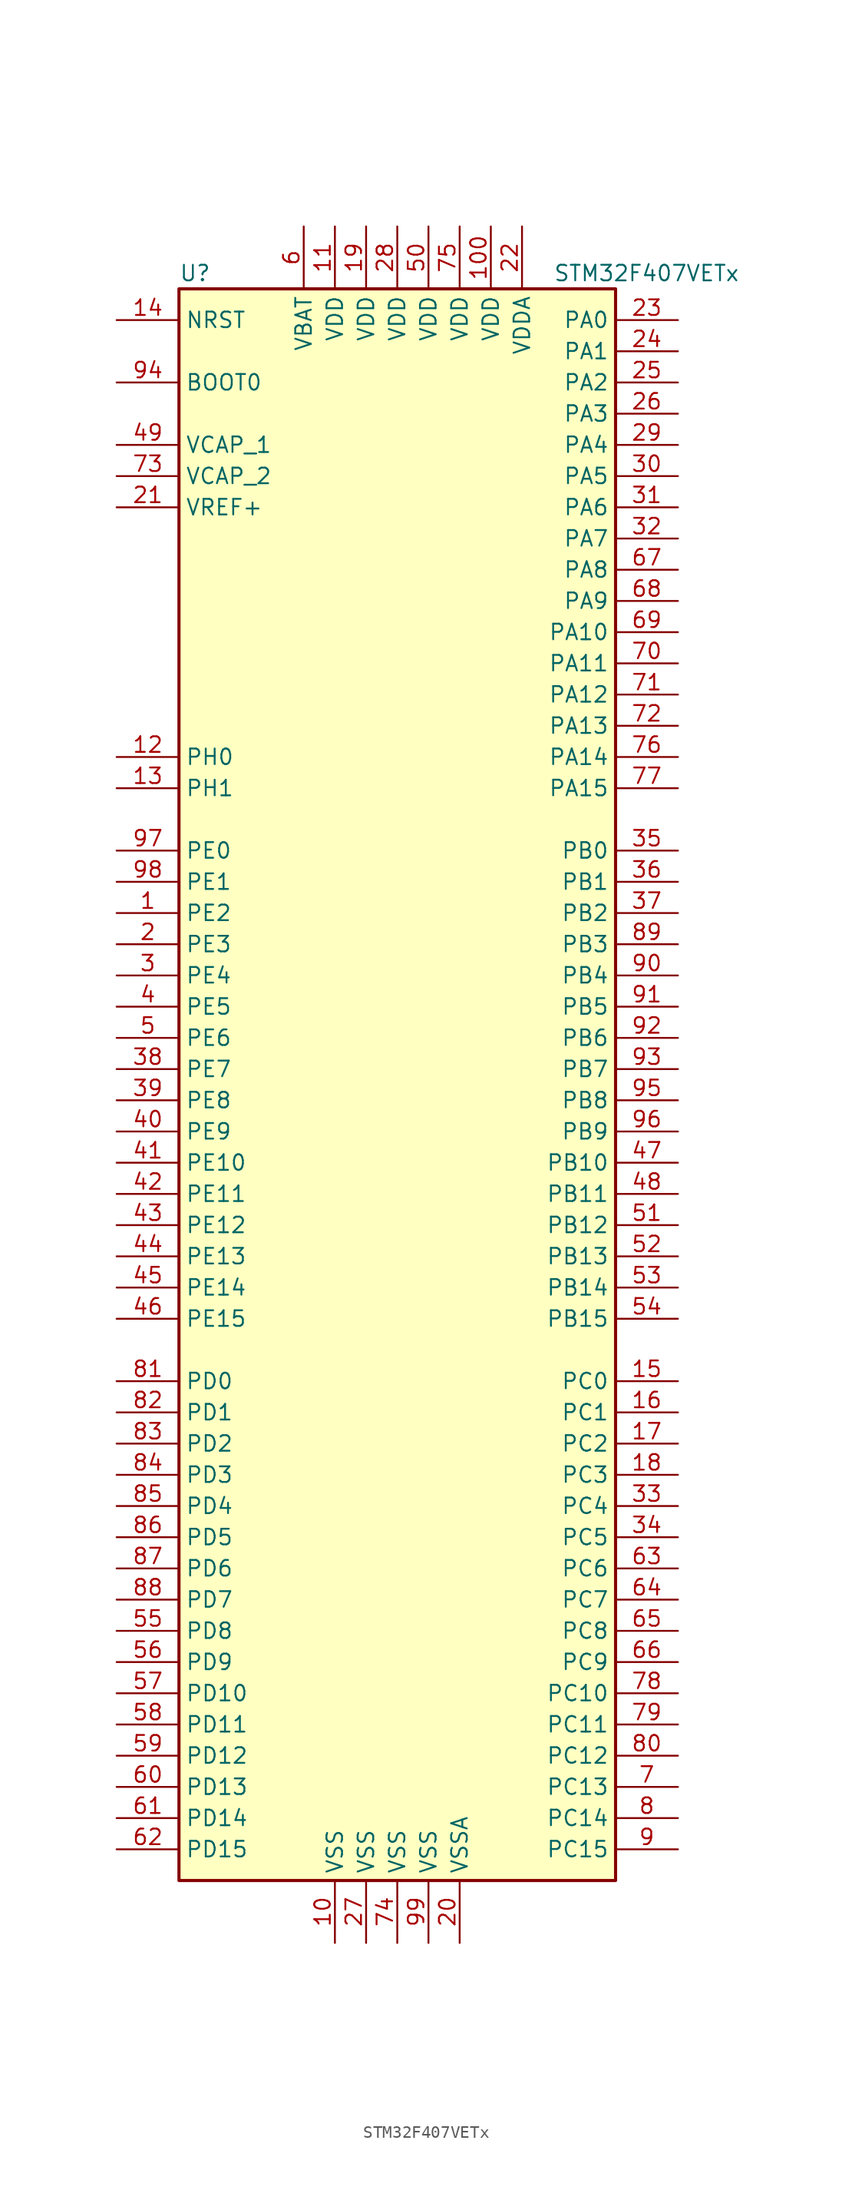
<source format=kicad_sym>
(kicad_symbol_lib
  (version 20201005)
  (generator kicad_symbol_editor)
  (symbol "STM32F407VETx"
    (property "Reference" "U"
      (at -17.78 64.77 0)
      (effects (font (size 1.27 1.27)) (justify left)))
    (property "Value" "STM32F407VETx"
      (at 12.7 64.77 0)
      (effects (font (size 1.27 1.27)) (justify left)))
    (symbol "STM32F407VETx_0_1"
      (rectangle (start -17.78 -66.04) (end 17.78 63.5) (stroke (width 0.254)) (fill (type background))))
    (symbol "STM32F407VETx_1_1"
      (pin bidirectional line (at -22.86 12.7 0) (length 5.08) (name "PE2" (effects (font (size 1.27 1.27)))) (number "1" (effects (font (size 1.27 1.27)))))
      (pin power_in line (at -5.08 -71.12 90) (length 5.08) (name "VSS" (effects (font (size 1.27 1.27)))) (number "10" (effects (font (size 1.27 1.27)))))
      (pin power_in line (at 7.62 68.58 270) (length 5.08) (name "VDD" (effects (font (size 1.27 1.27)))) (number "100" (effects (font (size 1.27 1.27)))))
      (pin power_in line (at -5.08 68.58 270) (length 5.08) (name "VDD" (effects (font (size 1.27 1.27)))) (number "11" (effects (font (size 1.27 1.27)))))
      (pin input line (at -22.86 25.4 0) (length 5.08) (name "PH0" (effects (font (size 1.27 1.27)))) (number "12" (effects (font (size 1.27 1.27)))))
      (pin input line (at -22.86 22.86 0) (length 5.08) (name "PH1" (effects (font (size 1.27 1.27)))) (number "13" (effects (font (size 1.27 1.27)))))
      (pin input line (at -22.86 60.96 0) (length 5.08) (name "NRST" (effects (font (size 1.27 1.27)))) (number "14" (effects (font (size 1.27 1.27)))))
      (pin bidirectional line (at 22.86 -25.4 180) (length 5.08) (name "PC0" (effects (font (size 1.27 1.27)))) (number "15" (effects (font (size 1.27 1.27)))))
      (pin bidirectional line (at 22.86 -27.94 180) (length 5.08) (name "PC1" (effects (font (size 1.27 1.27)))) (number "16" (effects (font (size 1.27 1.27)))))
      (pin bidirectional line (at 22.86 -30.48 180) (length 5.08) (name "PC2" (effects (font (size 1.27 1.27)))) (number "17" (effects (font (size 1.27 1.27)))))
      (pin bidirectional line (at 22.86 -33.02 180) (length 5.08) (name "PC3" (effects (font (size 1.27 1.27)))) (number "18" (effects (font (size 1.27 1.27)))))
      (pin power_in line (at -2.54 68.58 270) (length 5.08) (name "VDD" (effects (font (size 1.27 1.27)))) (number "19" (effects (font (size 1.27 1.27)))))
      (pin bidirectional line (at -22.86 10.16 0) (length 5.08) (name "PE3" (effects (font (size 1.27 1.27)))) (number "2" (effects (font (size 1.27 1.27)))))
      (pin power_in line (at 5.08 -71.12 90) (length 5.08) (name "VSSA" (effects (font (size 1.27 1.27)))) (number "20" (effects (font (size 1.27 1.27)))))
      (pin power_in line (at -22.86 45.72 0) (length 5.08) (name "VREF+" (effects (font (size 1.27 1.27)))) (number "21" (effects (font (size 1.27 1.27)))))
      (pin power_in line (at 10.16 68.58 270) (length 5.08) (name "VDDA" (effects (font (size 1.27 1.27)))) (number "22" (effects (font (size 1.27 1.27)))))
      (pin bidirectional line (at 22.86 60.96 180) (length 5.08) (name "PA0" (effects (font (size 1.27 1.27)))) (number "23" (effects (font (size 1.27 1.27)))))
      (pin bidirectional line (at 22.86 58.42 180) (length 5.08) (name "PA1" (effects (font (size 1.27 1.27)))) (number "24" (effects (font (size 1.27 1.27)))))
      (pin bidirectional line (at 22.86 55.88 180) (length 5.08) (name "PA2" (effects (font (size 1.27 1.27)))) (number "25" (effects (font (size 1.27 1.27)))))
      (pin bidirectional line (at 22.86 53.34 180) (length 5.08) (name "PA3" (effects (font (size 1.27 1.27)))) (number "26" (effects (font (size 1.27 1.27)))))
      (pin power_in line (at -2.54 -71.12 90) (length 5.08) (name "VSS" (effects (font (size 1.27 1.27)))) (number "27" (effects (font (size 1.27 1.27)))))
      (pin power_in line (at 0 68.58 270) (length 5.08) (name "VDD" (effects (font (size 1.27 1.27)))) (number "28" (effects (font (size 1.27 1.27)))))
      (pin bidirectional line (at 22.86 50.8 180) (length 5.08) (name "PA4" (effects (font (size 1.27 1.27)))) (number "29" (effects (font (size 1.27 1.27)))))
      (pin bidirectional line (at -22.86 7.62 0) (length 5.08) (name "PE4" (effects (font (size 1.27 1.27)))) (number "3" (effects (font (size 1.27 1.27)))))
      (pin bidirectional line (at 22.86 48.26 180) (length 5.08) (name "PA5" (effects (font (size 1.27 1.27)))) (number "30" (effects (font (size 1.27 1.27)))))
      (pin bidirectional line (at 22.86 45.72 180) (length 5.08) (name "PA6" (effects (font (size 1.27 1.27)))) (number "31" (effects (font (size 1.27 1.27)))))
      (pin bidirectional line (at 22.86 43.18 180) (length 5.08) (name "PA7" (effects (font (size 1.27 1.27)))) (number "32" (effects (font (size 1.27 1.27)))))
      (pin bidirectional line (at 22.86 -35.56 180) (length 5.08) (name "PC4" (effects (font (size 1.27 1.27)))) (number "33" (effects (font (size 1.27 1.27)))))
      (pin bidirectional line (at 22.86 -38.1 180) (length 5.08) (name "PC5" (effects (font (size 1.27 1.27)))) (number "34" (effects (font (size 1.27 1.27)))))
      (pin bidirectional line (at 22.86 17.78 180) (length 5.08) (name "PB0" (effects (font (size 1.27 1.27)))) (number "35" (effects (font (size 1.27 1.27)))))
      (pin bidirectional line (at 22.86 15.24 180) (length 5.08) (name "PB1" (effects (font (size 1.27 1.27)))) (number "36" (effects (font (size 1.27 1.27)))))
      (pin bidirectional line (at 22.86 12.7 180) (length 5.08) (name "PB2" (effects (font (size 1.27 1.27)))) (number "37" (effects (font (size 1.27 1.27)))))
      (pin bidirectional line (at -22.86 0 0) (length 5.08) (name "PE7" (effects (font (size 1.27 1.27)))) (number "38" (effects (font (size 1.27 1.27)))))
      (pin bidirectional line (at -22.86 -2.54 0) (length 5.08) (name "PE8" (effects (font (size 1.27 1.27)))) (number "39" (effects (font (size 1.27 1.27)))))
      (pin bidirectional line (at -22.86 5.08 0) (length 5.08) (name "PE5" (effects (font (size 1.27 1.27)))) (number "4" (effects (font (size 1.27 1.27)))))
      (pin bidirectional line (at -22.86 -5.08 0) (length 5.08) (name "PE9" (effects (font (size 1.27 1.27)))) (number "40" (effects (font (size 1.27 1.27)))))
      (pin bidirectional line (at -22.86 -7.62 0) (length 5.08) (name "PE10" (effects (font (size 1.27 1.27)))) (number "41" (effects (font (size 1.27 1.27)))))
      (pin bidirectional line (at -22.86 -10.16 0) (length 5.08) (name "PE11" (effects (font (size 1.27 1.27)))) (number "42" (effects (font (size 1.27 1.27)))))
      (pin bidirectional line (at -22.86 -12.7 0) (length 5.08) (name "PE12" (effects (font (size 1.27 1.27)))) (number "43" (effects (font (size 1.27 1.27)))))
      (pin bidirectional line (at -22.86 -15.24 0) (length 5.08) (name "PE13" (effects (font (size 1.27 1.27)))) (number "44" (effects (font (size 1.27 1.27)))))
      (pin bidirectional line (at -22.86 -17.78 0) (length 5.08) (name "PE14" (effects (font (size 1.27 1.27)))) (number "45" (effects (font (size 1.27 1.27)))))
      (pin bidirectional line (at -22.86 -20.32 0) (length 5.08) (name "PE15" (effects (font (size 1.27 1.27)))) (number "46" (effects (font (size 1.27 1.27)))))
      (pin bidirectional line (at 22.86 -7.62 180) (length 5.08) (name "PB10" (effects (font (size 1.27 1.27)))) (number "47" (effects (font (size 1.27 1.27)))))
      (pin bidirectional line (at 22.86 -10.16 180) (length 5.08) (name "PB11" (effects (font (size 1.27 1.27)))) (number "48" (effects (font (size 1.27 1.27)))))
      (pin power_in line (at -22.86 50.8 0) (length 5.08) (name "VCAP_1" (effects (font (size 1.27 1.27)))) (number "49" (effects (font (size 1.27 1.27)))))
      (pin bidirectional line (at -22.86 2.54 0) (length 5.08) (name "PE6" (effects (font (size 1.27 1.27)))) (number "5" (effects (font (size 1.27 1.27)))))
      (pin power_in line (at 2.54 68.58 270) (length 5.08) (name "VDD" (effects (font (size 1.27 1.27)))) (number "50" (effects (font (size 1.27 1.27)))))
      (pin bidirectional line (at 22.86 -12.7 180) (length 5.08) (name "PB12" (effects (font (size 1.27 1.27)))) (number "51" (effects (font (size 1.27 1.27)))))
      (pin bidirectional line (at 22.86 -15.24 180) (length 5.08) (name "PB13" (effects (font (size 1.27 1.27)))) (number "52" (effects (font (size 1.27 1.27)))))
      (pin bidirectional line (at 22.86 -17.78 180) (length 5.08) (name "PB14" (effects (font (size 1.27 1.27)))) (number "53" (effects (font (size 1.27 1.27)))))
      (pin bidirectional line (at 22.86 -20.32 180) (length 5.08) (name "PB15" (effects (font (size 1.27 1.27)))) (number "54" (effects (font (size 1.27 1.27)))))
      (pin bidirectional line (at -22.86 -45.72 0) (length 5.08) (name "PD8" (effects (font (size 1.27 1.27)))) (number "55" (effects (font (size 1.27 1.27)))))
      (pin bidirectional line (at -22.86 -48.26 0) (length 5.08) (name "PD9" (effects (font (size 1.27 1.27)))) (number "56" (effects (font (size 1.27 1.27)))))
      (pin bidirectional line (at -22.86 -50.8 0) (length 5.08) (name "PD10" (effects (font (size 1.27 1.27)))) (number "57" (effects (font (size 1.27 1.27)))))
      (pin bidirectional line (at -22.86 -53.34 0) (length 5.08) (name "PD11" (effects (font (size 1.27 1.27)))) (number "58" (effects (font (size 1.27 1.27)))))
      (pin bidirectional line (at -22.86 -55.88 0) (length 5.08) (name "PD12" (effects (font (size 1.27 1.27)))) (number "59" (effects (font (size 1.27 1.27)))))
      (pin power_in line (at -7.62 68.58 270) (length 5.08) (name "VBAT" (effects (font (size 1.27 1.27)))) (number "6" (effects (font (size 1.27 1.27)))))
      (pin bidirectional line (at -22.86 -58.42 0) (length 5.08) (name "PD13" (effects (font (size 1.27 1.27)))) (number "60" (effects (font (size 1.27 1.27)))))
      (pin bidirectional line (at -22.86 -60.96 0) (length 5.08) (name "PD14" (effects (font (size 1.27 1.27)))) (number "61" (effects (font (size 1.27 1.27)))))
      (pin bidirectional line (at -22.86 -63.5 0) (length 5.08) (name "PD15" (effects (font (size 1.27 1.27)))) (number "62" (effects (font (size 1.27 1.27)))))
      (pin bidirectional line (at 22.86 -40.64 180) (length 5.08) (name "PC6" (effects (font (size 1.27 1.27)))) (number "63" (effects (font (size 1.27 1.27)))))
      (pin bidirectional line (at 22.86 -43.18 180) (length 5.08) (name "PC7" (effects (font (size 1.27 1.27)))) (number "64" (effects (font (size 1.27 1.27)))))
      (pin bidirectional line (at 22.86 -45.72 180) (length 5.08) (name "PC8" (effects (font (size 1.27 1.27)))) (number "65" (effects (font (size 1.27 1.27)))))
      (pin bidirectional line (at 22.86 -48.26 180) (length 5.08) (name "PC9" (effects (font (size 1.27 1.27)))) (number "66" (effects (font (size 1.27 1.27)))))
      (pin bidirectional line (at 22.86 40.64 180) (length 5.08) (name "PA8" (effects (font (size 1.27 1.27)))) (number "67" (effects (font (size 1.27 1.27)))))
      (pin bidirectional line (at 22.86 38.1 180) (length 5.08) (name "PA9" (effects (font (size 1.27 1.27)))) (number "68" (effects (font (size 1.27 1.27)))))
      (pin bidirectional line (at 22.86 35.56 180) (length 5.08) (name "PA10" (effects (font (size 1.27 1.27)))) (number "69" (effects (font (size 1.27 1.27)))))
      (pin bidirectional line (at 22.86 -58.42 180) (length 5.08) (name "PC13" (effects (font (size 1.27 1.27)))) (number "7" (effects (font (size 1.27 1.27)))))
      (pin bidirectional line (at 22.86 33.02 180) (length 5.08) (name "PA11" (effects (font (size 1.27 1.27)))) (number "70" (effects (font (size 1.27 1.27)))))
      (pin bidirectional line (at 22.86 30.48 180) (length 5.08) (name "PA12" (effects (font (size 1.27 1.27)))) (number "71" (effects (font (size 1.27 1.27)))))
      (pin bidirectional line (at 22.86 27.94 180) (length 5.08) (name "PA13" (effects (font (size 1.27 1.27)))) (number "72" (effects (font (size 1.27 1.27)))))
      (pin power_in line (at -22.86 48.26 0) (length 5.08) (name "VCAP_2" (effects (font (size 1.27 1.27)))) (number "73" (effects (font (size 1.27 1.27)))))
      (pin power_in line (at 0 -71.12 90) (length 5.08) (name "VSS" (effects (font (size 1.27 1.27)))) (number "74" (effects (font (size 1.27 1.27)))))
      (pin power_in line (at 5.08 68.58 270) (length 5.08) (name "VDD" (effects (font (size 1.27 1.27)))) (number "75" (effects (font (size 1.27 1.27)))))
      (pin bidirectional line (at 22.86 25.4 180) (length 5.08) (name "PA14" (effects (font (size 1.27 1.27)))) (number "76" (effects (font (size 1.27 1.27)))))
      (pin bidirectional line (at 22.86 22.86 180) (length 5.08) (name "PA15" (effects (font (size 1.27 1.27)))) (number "77" (effects (font (size 1.27 1.27)))))
      (pin bidirectional line (at 22.86 -50.8 180) (length 5.08) (name "PC10" (effects (font (size 1.27 1.27)))) (number "78" (effects (font (size 1.27 1.27)))))
      (pin bidirectional line (at 22.86 -53.34 180) (length 5.08) (name "PC11" (effects (font (size 1.27 1.27)))) (number "79" (effects (font (size 1.27 1.27)))))
      (pin bidirectional line (at 22.86 -60.96 180) (length 5.08) (name "PC14" (effects (font (size 1.27 1.27)))) (number "8" (effects (font (size 1.27 1.27)))))
      (pin bidirectional line (at 22.86 -55.88 180) (length 5.08) (name "PC12" (effects (font (size 1.27 1.27)))) (number "80" (effects (font (size 1.27 1.27)))))
      (pin bidirectional line (at -22.86 -25.4 0) (length 5.08) (name "PD0" (effects (font (size 1.27 1.27)))) (number "81" (effects (font (size 1.27 1.27)))))
      (pin bidirectional line (at -22.86 -27.94 0) (length 5.08) (name "PD1" (effects (font (size 1.27 1.27)))) (number "82" (effects (font (size 1.27 1.27)))))
      (pin bidirectional line (at -22.86 -30.48 0) (length 5.08) (name "PD2" (effects (font (size 1.27 1.27)))) (number "83" (effects (font (size 1.27 1.27)))))
      (pin bidirectional line (at -22.86 -33.02 0) (length 5.08) (name "PD3" (effects (font (size 1.27 1.27)))) (number "84" (effects (font (size 1.27 1.27)))))
      (pin bidirectional line (at -22.86 -35.56 0) (length 5.08) (name "PD4" (effects (font (size 1.27 1.27)))) (number "85" (effects (font (size 1.27 1.27)))))
      (pin bidirectional line (at -22.86 -38.1 0) (length 5.08) (name "PD5" (effects (font (size 1.27 1.27)))) (number "86" (effects (font (size 1.27 1.27)))))
      (pin bidirectional line (at -22.86 -40.64 0) (length 5.08) (name "PD6" (effects (font (size 1.27 1.27)))) (number "87" (effects (font (size 1.27 1.27)))))
      (pin bidirectional line (at -22.86 -43.18 0) (length 5.08) (name "PD7" (effects (font (size 1.27 1.27)))) (number "88" (effects (font (size 1.27 1.27)))))
      (pin bidirectional line (at 22.86 10.16 180) (length 5.08) (name "PB3" (effects (font (size 1.27 1.27)))) (number "89" (effects (font (size 1.27 1.27)))))
      (pin bidirectional line (at 22.86 -63.5 180) (length 5.08) (name "PC15" (effects (font (size 1.27 1.27)))) (number "9" (effects (font (size 1.27 1.27)))))
      (pin bidirectional line (at 22.86 7.62 180) (length 5.08) (name "PB4" (effects (font (size 1.27 1.27)))) (number "90" (effects (font (size 1.27 1.27)))))
      (pin bidirectional line (at 22.86 5.08 180) (length 5.08) (name "PB5" (effects (font (size 1.27 1.27)))) (number "91" (effects (font (size 1.27 1.27)))))
      (pin bidirectional line (at 22.86 2.54 180) (length 5.08) (name "PB6" (effects (font (size 1.27 1.27)))) (number "92" (effects (font (size 1.27 1.27)))))
      (pin bidirectional line (at 22.86 0 180) (length 5.08) (name "PB7" (effects (font (size 1.27 1.27)))) (number "93" (effects (font (size 1.27 1.27)))))
      (pin input line (at -22.86 55.88 0) (length 5.08) (name "BOOT0" (effects (font (size 1.27 1.27)))) (number "94" (effects (font (size 1.27 1.27)))))
      (pin bidirectional line (at 22.86 -2.54 180) (length 5.08) (name "PB8" (effects (font (size 1.27 1.27)))) (number "95" (effects (font (size 1.27 1.27)))))
      (pin bidirectional line (at 22.86 -5.08 180) (length 5.08) (name "PB9" (effects (font (size 1.27 1.27)))) (number "96" (effects (font (size 1.27 1.27)))))
      (pin bidirectional line (at -22.86 17.78 0) (length 5.08) (name "PE0" (effects (font (size 1.27 1.27)))) (number "97" (effects (font (size 1.27 1.27)))))
      (pin bidirectional line (at -22.86 15.24 0) (length 5.08) (name "PE1" (effects (font (size 1.27 1.27)))) (number "98" (effects (font (size 1.27 1.27)))))
      (pin power_in line (at 2.54 -71.12 90) (length 5.08) (name "VSS" (effects (font (size 1.27 1.27)))) (number "99" (effects (font (size 1.27 1.27))))))))
</source>
